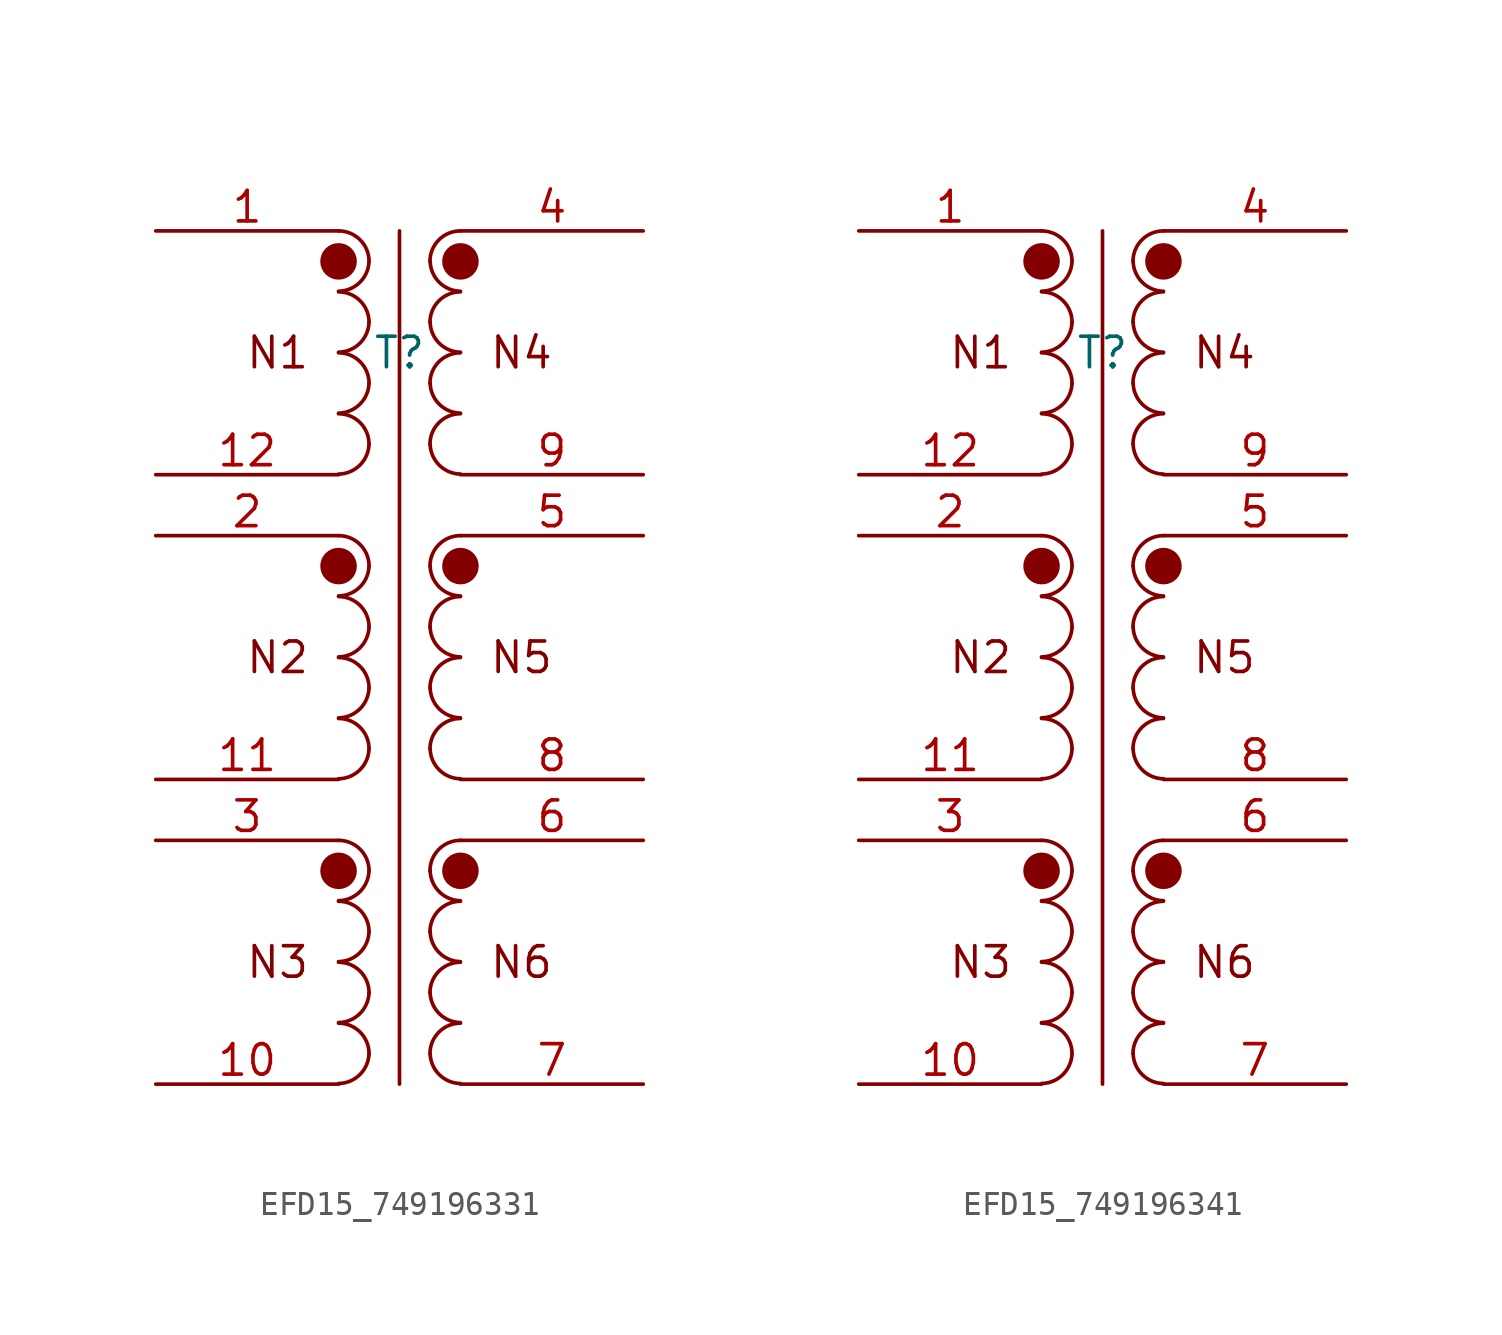
<source format=kicad_sym>
(kicad_symbol_lib
  (version 20220914)
  (generator kicad_symbol_editor)
  (symbol "EFD15_749196331"
    (pin_names hide)
    (property "Reference" "T"
      (at 0 12.7 0)
      (effects (font (size 1.27 1.27))))
    (property "Critical Parameter" ""
      (at 0 -5.08 0)
      (effects (font (size 1.27 1.27)) (justify left)))
    (symbol "EFD15_749196331_0_1"
      (arc (start -2.54 -17.7546) (mid -1.6561 -17.3863) (end -1.27 -16.51) (stroke (width 0) (type default)) (fill (type none)))
      (arc (start -2.54 -15.2146) (mid -1.6561 -14.8463) (end -1.27 -13.97) (stroke (width 0) (type default)) (fill (type none)))
      (arc (start -2.54 -12.6746) (mid -1.6561 -12.3063) (end -1.27 -11.43) (stroke (width 0) (type default)) (fill (type none)))
      (arc (start -2.54 -10.1346) (mid -1.6561 -9.7663) (end -1.27 -8.89) (stroke (width 0) (type default)) (fill (type none)))
      (arc (start -2.54 -5.0546) (mid -1.6561 -4.6863) (end -1.27 -3.81) (stroke (width 0) (type default)) (fill (type none)))
      (arc (start -2.54 -2.5146) (mid -1.6561 -2.1463) (end -1.27 -1.27) (stroke (width 0) (type default)) (fill (type none)))
      (arc (start -2.54 0.0254) (mid -1.6561 0.3937) (end -1.27 1.27) (stroke (width 0) (type default)) (fill (type none)))
      (arc (start -2.54 2.5654) (mid -1.6561 2.9337) (end -1.27 3.81) (stroke (width 0) (type default)) (fill (type none)))
      (arc (start -2.54 7.6454) (mid -1.6561 8.0137) (end -1.27 8.89) (stroke (width 0) (type default)) (fill (type none)))
      (arc (start -2.54 10.1854) (mid -1.6561 10.5537) (end -1.27 11.43) (stroke (width 0) (type default)) (fill (type none)))
      (arc (start -2.54 12.7254) (mid -1.6561 13.0937) (end -1.27 13.97) (stroke (width 0) (type default)) (fill (type none)))
      (arc (start -2.54 15.2654) (mid -1.6561 15.6337) (end -1.27 16.51) (stroke (width 0) (type default)) (fill (type none)))
      (arc (start -1.27 -16.51) (mid -1.642 -15.612) (end -2.54 -15.24) (stroke (width 0) (type default)) (fill (type none)))
      (arc (start -1.27 -13.97) (mid -1.642 -13.072) (end -2.54 -12.7) (stroke (width 0) (type default)) (fill (type none)))
      (arc (start -1.27 -11.43) (mid -1.642 -10.532) (end -2.54 -10.16) (stroke (width 0) (type default)) (fill (type none)))
      (arc (start -1.27 -8.89) (mid -1.642 -7.992) (end -2.54 -7.62) (stroke (width 0) (type default)) (fill (type none)))
      (arc (start -1.27 -3.81) (mid -1.642 -2.912) (end -2.54 -2.54) (stroke (width 0) (type default)) (fill (type none)))
      (arc (start -1.27 -1.27) (mid -1.642 -0.372) (end -2.54 0) (stroke (width 0) (type default)) (fill (type none)))
      (arc (start -1.27 1.27) (mid -1.642 2.168) (end -2.54 2.54) (stroke (width 0) (type default)) (fill (type none)))
      (arc (start -1.27 3.81) (mid -1.642 4.708) (end -2.54 5.08) (stroke (width 0) (type default)) (fill (type none)))
      (arc (start -1.27 8.89) (mid -1.642 9.788) (end -2.54 10.16) (stroke (width 0) (type default)) (fill (type none)))
      (arc (start -1.27 11.43) (mid -1.642 12.328) (end -2.54 12.7) (stroke (width 0) (type default)) (fill (type none)))
      (arc (start -1.27 13.97) (mid -1.642 14.868) (end -2.54 15.24) (stroke (width 0) (type default)) (fill (type none)))
      (arc (start -1.27 16.51) (mid -1.642 17.408) (end -2.54 17.78) (stroke (width 0) (type default)) (fill (type none)))
      (polyline (pts (xy 0 -17.78) (xy 0 17.78)) (stroke (width 0) (type default)) (fill (type none)))
      (arc (start 1.27 -16.51) (mid 1.6561 -17.3863) (end 2.54 -17.7546) (stroke (width 0) (type default)) (fill (type none)))
      (arc (start 1.27 -13.97) (mid 1.6561 -14.8463) (end 2.54 -15.2146) (stroke (width 0) (type default)) (fill (type none)))
      (arc (start 1.27 -11.43) (mid 1.6561 -12.3063) (end 2.54 -12.6746) (stroke (width 0) (type default)) (fill (type none)))
      (arc (start 1.27 -8.89) (mid 1.6561 -9.7663) (end 2.54 -10.1346) (stroke (width 0) (type default)) (fill (type none)))
      (arc (start 1.27 -3.81) (mid 1.6561 -4.6863) (end 2.54 -5.0546) (stroke (width 0) (type default)) (fill (type none)))
      (arc (start 1.27 -1.27) (mid 1.6561 -2.1463) (end 2.54 -2.5146) (stroke (width 0) (type default)) (fill (type none)))
      (arc (start 1.27 1.27) (mid 1.6561 0.3937) (end 2.54 0.0254) (stroke (width 0) (type default)) (fill (type none)))
      (arc (start 1.27 3.81) (mid 1.6561 2.9337) (end 2.54 2.5654) (stroke (width 0) (type default)) (fill (type none)))
      (arc (start 1.27 8.89) (mid 1.6561 8.0137) (end 2.54 7.6454) (stroke (width 0) (type default)) (fill (type none)))
      (arc (start 1.27 11.43) (mid 1.6561 10.5537) (end 2.54 10.1854) (stroke (width 0) (type default)) (fill (type none)))
      (arc (start 1.27 13.97) (mid 1.6561 13.0937) (end 2.54 12.7254) (stroke (width 0) (type default)) (fill (type none)))
      (arc (start 1.27 16.51) (mid 1.6561 15.6337) (end 2.54 15.2654) (stroke (width 0) (type default)) (fill (type none)))
      (arc (start 2.54 -15.24) (mid 1.642 -15.612) (end 1.27 -16.51) (stroke (width 0) (type default)) (fill (type none)))
      (arc (start 2.54 -12.7) (mid 1.642 -13.072) (end 1.27 -13.97) (stroke (width 0) (type default)) (fill (type none)))
      (arc (start 2.54 -10.16) (mid 1.642 -10.532) (end 1.27 -11.43) (stroke (width 0) (type default)) (fill (type none)))
      (arc (start 2.54 -7.62) (mid 1.642 -7.992) (end 1.27 -8.89) (stroke (width 0) (type default)) (fill (type none)))
      (arc (start 2.54 -2.54) (mid 1.642 -2.912) (end 1.27 -3.81) (stroke (width 0) (type default)) (fill (type none)))
      (arc (start 2.54 0) (mid 1.642 -0.372) (end 1.27 -1.27) (stroke (width 0) (type default)) (fill (type none)))
      (arc (start 2.54 2.54) (mid 1.642 2.168) (end 1.27 1.27) (stroke (width 0) (type default)) (fill (type none)))
      (arc (start 2.54 5.08) (mid 1.642 4.708) (end 1.27 3.81) (stroke (width 0) (type default)) (fill (type none)))
      (arc (start 2.54 10.16) (mid 1.642 9.788) (end 1.27 8.89) (stroke (width 0) (type default)) (fill (type none)))
      (arc (start 2.54 12.7) (mid 1.642 12.328) (end 1.27 11.43) (stroke (width 0) (type default)) (fill (type none)))
      (arc (start 2.54 15.24) (mid 1.642 14.868) (end 1.27 13.97) (stroke (width 0) (type default)) (fill (type none)))
      (arc (start 2.54 17.78) (mid 1.642 17.408) (end 1.27 16.51) (stroke (width 0) (type default)) (fill (type none))))
    (symbol "EFD15_749196331_1_1"
      (circle (center -2.54 -8.89) (radius 0.0001) (stroke (width 0.762) (type default)) (fill (type none)))
      (circle (center -2.54 3.81) (radius 0.0001) (stroke (width 0.762) (type default)) (fill (type none)))
      (circle (center -2.54 16.51) (radius 0.0001) (stroke (width 0.762) (type default)) (fill (type none)))
      (circle (center 2.54 -8.89) (radius 0.0001) (stroke (width 0.762) (type default)) (fill (type none)))
      (circle (center 2.54 3.81) (radius 0.0001) (stroke (width 0.762) (type default)) (fill (type none)))
      (circle (center 2.54 16.51) (radius 0.0001) (stroke (width 0.762) (type default)) (fill (type none)))
      (text "N1" (at -5.08 12.7 0) (effects (font (size 1.27 1.27))))
      (text "N2" (at -5.08 0 0) (effects (font (size 1.27 1.27))))
      (text "N3" (at -5.08 -12.7 0) (effects (font (size 1.27 1.27))))
      (text "N4" (at 5.08 12.7 0) (effects (font (size 1.27 1.27))))
      (text "N5" (at 5.08 0 0) (effects (font (size 1.27 1.27))))
      (text "N6" (at 5.08 -12.7 0) (effects (font (size 1.27 1.27))))
      (pin passive line (at -10.16 17.78 0) (length 7.62) (name "1" (effects (font (size 1.27 1.27)))) (number "1" (effects (font (size 1.27 1.27)))))
      (pin passive line (at -10.16 7.62 0) (length 7.62) (name "12" (effects (font (size 1.27 1.27)))) (number "12" (effects (font (size 1.27 1.27)))))
      (pin passive line (at -10.16 5.08 0) (length 7.62) (name "2" (effects (font (size 1.27 1.27)))) (number "2" (effects (font (size 1.27 1.27)))))
      (pin passive line (at -10.16 -5.08 0) (length 7.62) (name "11" (effects (font (size 1.27 1.27)))) (number "11" (effects (font (size 1.27 1.27)))))
      (pin passive line (at -10.16 -7.62 0) (length 7.62) (name "3" (effects (font (size 1.27 1.27)))) (number "3" (effects (font (size 1.27 1.27)))))
      (pin passive line (at -10.16 -17.78 0) (length 7.62) (name "10" (effects (font (size 1.27 1.27)))) (number "10" (effects (font (size 1.27 1.27)))))
      (pin passive line (at 10.16 -17.78 180) (length 7.62) (name "7" (effects (font (size 1.27 1.27)))) (number "7" (effects (font (size 1.27 1.27)))))
      (pin passive line (at 10.16 -7.62 180) (length 7.62) (name "6" (effects (font (size 1.27 1.27)))) (number "6" (effects (font (size 1.27 1.27)))))
      (pin passive line (at 10.16 -5.08 180) (length 7.62) (name "8" (effects (font (size 1.27 1.27)))) (number "8" (effects (font (size 1.27 1.27)))))
      (pin passive line (at 10.16 5.08 180) (length 7.62) (name "5" (effects (font (size 1.27 1.27)))) (number "5" (effects (font (size 1.27 1.27)))))
      (pin passive line (at 10.16 7.62 180) (length 7.62) (name "9" (effects (font (size 1.27 1.27)))) (number "9" (effects (font (size 1.27 1.27)))))
      (pin passive line (at 10.16 17.78 180) (length 7.62) (name "4" (effects (font (size 1.27 1.27)))) (number "4" (effects (font (size 1.27 1.27)))))))
  (symbol "EFD15_749196341"
    (pin_names hide)
    (property "Reference" "T"
      (at 0 12.7 0)
      (effects (font (size 1.27 1.27))))
    (property "Critical Parameter" ""
      (at 0 -5.08 0)
      (effects (font (size 1.27 1.27)) (justify left)))
    (symbol "EFD15_749196341_0_1"
      (arc (start -2.54 -17.7546) (mid -1.6561 -17.3863) (end -1.27 -16.51) (stroke (width 0) (type default)) (fill (type none)))
      (arc (start -2.54 -15.2146) (mid -1.6561 -14.8463) (end -1.27 -13.97) (stroke (width 0) (type default)) (fill (type none)))
      (arc (start -2.54 -12.6746) (mid -1.6561 -12.3063) (end -1.27 -11.43) (stroke (width 0) (type default)) (fill (type none)))
      (arc (start -2.54 -10.1346) (mid -1.6561 -9.7663) (end -1.27 -8.89) (stroke (width 0) (type default)) (fill (type none)))
      (arc (start -2.54 -5.0546) (mid -1.6561 -4.6863) (end -1.27 -3.81) (stroke (width 0) (type default)) (fill (type none)))
      (arc (start -2.54 -2.5146) (mid -1.6561 -2.1463) (end -1.27 -1.27) (stroke (width 0) (type default)) (fill (type none)))
      (arc (start -2.54 0.0254) (mid -1.6561 0.3937) (end -1.27 1.27) (stroke (width 0) (type default)) (fill (type none)))
      (arc (start -2.54 2.5654) (mid -1.6561 2.9337) (end -1.27 3.81) (stroke (width 0) (type default)) (fill (type none)))
      (arc (start -2.54 7.6454) (mid -1.6561 8.0137) (end -1.27 8.89) (stroke (width 0) (type default)) (fill (type none)))
      (arc (start -2.54 10.1854) (mid -1.6561 10.5537) (end -1.27 11.43) (stroke (width 0) (type default)) (fill (type none)))
      (arc (start -2.54 12.7254) (mid -1.6561 13.0937) (end -1.27 13.97) (stroke (width 0) (type default)) (fill (type none)))
      (arc (start -2.54 15.2654) (mid -1.6561 15.6337) (end -1.27 16.51) (stroke (width 0) (type default)) (fill (type none)))
      (arc (start -1.27 -16.51) (mid -1.642 -15.612) (end -2.54 -15.24) (stroke (width 0) (type default)) (fill (type none)))
      (arc (start -1.27 -13.97) (mid -1.642 -13.072) (end -2.54 -12.7) (stroke (width 0) (type default)) (fill (type none)))
      (arc (start -1.27 -11.43) (mid -1.642 -10.532) (end -2.54 -10.16) (stroke (width 0) (type default)) (fill (type none)))
      (arc (start -1.27 -8.89) (mid -1.642 -7.992) (end -2.54 -7.62) (stroke (width 0) (type default)) (fill (type none)))
      (arc (start -1.27 -3.81) (mid -1.642 -2.912) (end -2.54 -2.54) (stroke (width 0) (type default)) (fill (type none)))
      (arc (start -1.27 -1.27) (mid -1.642 -0.372) (end -2.54 0) (stroke (width 0) (type default)) (fill (type none)))
      (arc (start -1.27 1.27) (mid -1.642 2.168) (end -2.54 2.54) (stroke (width 0) (type default)) (fill (type none)))
      (arc (start -1.27 3.81) (mid -1.642 4.708) (end -2.54 5.08) (stroke (width 0) (type default)) (fill (type none)))
      (arc (start -1.27 8.89) (mid -1.642 9.788) (end -2.54 10.16) (stroke (width 0) (type default)) (fill (type none)))
      (arc (start -1.27 11.43) (mid -1.642 12.328) (end -2.54 12.7) (stroke (width 0) (type default)) (fill (type none)))
      (arc (start -1.27 13.97) (mid -1.642 14.868) (end -2.54 15.24) (stroke (width 0) (type default)) (fill (type none)))
      (arc (start -1.27 16.51) (mid -1.642 17.408) (end -2.54 17.78) (stroke (width 0) (type default)) (fill (type none)))
      (polyline (pts (xy 0 -17.78) (xy 0 17.78)) (stroke (width 0) (type default)) (fill (type none)))
      (arc (start 1.27 -16.51) (mid 1.6561 -17.3863) (end 2.54 -17.7546) (stroke (width 0) (type default)) (fill (type none)))
      (arc (start 1.27 -13.97) (mid 1.6561 -14.8463) (end 2.54 -15.2146) (stroke (width 0) (type default)) (fill (type none)))
      (arc (start 1.27 -11.43) (mid 1.6561 -12.3063) (end 2.54 -12.6746) (stroke (width 0) (type default)) (fill (type none)))
      (arc (start 1.27 -8.89) (mid 1.6561 -9.7663) (end 2.54 -10.1346) (stroke (width 0) (type default)) (fill (type none)))
      (arc (start 1.27 -3.81) (mid 1.6561 -4.6863) (end 2.54 -5.0546) (stroke (width 0) (type default)) (fill (type none)))
      (arc (start 1.27 -1.27) (mid 1.6561 -2.1463) (end 2.54 -2.5146) (stroke (width 0) (type default)) (fill (type none)))
      (arc (start 1.27 1.27) (mid 1.6561 0.3937) (end 2.54 0.0254) (stroke (width 0) (type default)) (fill (type none)))
      (arc (start 1.27 3.81) (mid 1.6561 2.9337) (end 2.54 2.5654) (stroke (width 0) (type default)) (fill (type none)))
      (arc (start 1.27 8.89) (mid 1.6561 8.0137) (end 2.54 7.6454) (stroke (width 0) (type default)) (fill (type none)))
      (arc (start 1.27 11.43) (mid 1.6561 10.5537) (end 2.54 10.1854) (stroke (width 0) (type default)) (fill (type none)))
      (arc (start 1.27 13.97) (mid 1.6561 13.0937) (end 2.54 12.7254) (stroke (width 0) (type default)) (fill (type none)))
      (arc (start 1.27 16.51) (mid 1.6561 15.6337) (end 2.54 15.2654) (stroke (width 0) (type default)) (fill (type none)))
      (arc (start 2.54 -15.24) (mid 1.642 -15.612) (end 1.27 -16.51) (stroke (width 0) (type default)) (fill (type none)))
      (arc (start 2.54 -12.7) (mid 1.642 -13.072) (end 1.27 -13.97) (stroke (width 0) (type default)) (fill (type none)))
      (arc (start 2.54 -10.16) (mid 1.642 -10.532) (end 1.27 -11.43) (stroke (width 0) (type default)) (fill (type none)))
      (arc (start 2.54 -7.62) (mid 1.642 -7.992) (end 1.27 -8.89) (stroke (width 0) (type default)) (fill (type none)))
      (arc (start 2.54 -2.54) (mid 1.642 -2.912) (end 1.27 -3.81) (stroke (width 0) (type default)) (fill (type none)))
      (arc (start 2.54 0) (mid 1.642 -0.372) (end 1.27 -1.27) (stroke (width 0) (type default)) (fill (type none)))
      (arc (start 2.54 2.54) (mid 1.642 2.168) (end 1.27 1.27) (stroke (width 0) (type default)) (fill (type none)))
      (arc (start 2.54 5.08) (mid 1.642 4.708) (end 1.27 3.81) (stroke (width 0) (type default)) (fill (type none)))
      (arc (start 2.54 10.16) (mid 1.642 9.788) (end 1.27 8.89) (stroke (width 0) (type default)) (fill (type none)))
      (arc (start 2.54 12.7) (mid 1.642 12.328) (end 1.27 11.43) (stroke (width 0) (type default)) (fill (type none)))
      (arc (start 2.54 15.24) (mid 1.642 14.868) (end 1.27 13.97) (stroke (width 0) (type default)) (fill (type none)))
      (arc (start 2.54 17.78) (mid 1.642 17.408) (end 1.27 16.51) (stroke (width 0) (type default)) (fill (type none))))
    (symbol "EFD15_749196341_1_1"
      (circle (center -2.54 -8.89) (radius 0.0001) (stroke (width 0.762) (type default)) (fill (type none)))
      (circle (center -2.54 3.81) (radius 0.0001) (stroke (width 0.762) (type default)) (fill (type none)))
      (circle (center -2.54 16.51) (radius 0.0001) (stroke (width 0.762) (type default)) (fill (type none)))
      (circle (center 2.54 -8.89) (radius 0.0001) (stroke (width 0.762) (type default)) (fill (type none)))
      (circle (center 2.54 3.81) (radius 0.0001) (stroke (width 0.762) (type default)) (fill (type none)))
      (circle (center 2.54 16.51) (radius 0.0001) (stroke (width 0.762) (type default)) (fill (type none)))
      (text "N1" (at -5.08 12.7 0) (effects (font (size 1.27 1.27))))
      (text "N2" (at -5.08 0 0) (effects (font (size 1.27 1.27))))
      (text "N3" (at -5.08 -12.7 0) (effects (font (size 1.27 1.27))))
      (text "N4" (at 5.08 12.7 0) (effects (font (size 1.27 1.27))))
      (text "N5" (at 5.08 0 0) (effects (font (size 1.27 1.27))))
      (text "N6" (at 5.08 -12.7 0) (effects (font (size 1.27 1.27))))
      (pin passive line (at -10.16 17.78 0) (length 7.62) (name "1" (effects (font (size 1.27 1.27)))) (number "1" (effects (font (size 1.27 1.27)))))
      (pin passive line (at -10.16 7.62 0) (length 7.62) (name "12" (effects (font (size 1.27 1.27)))) (number "12" (effects (font (size 1.27 1.27)))))
      (pin passive line (at -10.16 5.08 0) (length 7.62) (name "2" (effects (font (size 1.27 1.27)))) (number "2" (effects (font (size 1.27 1.27)))))
      (pin passive line (at -10.16 -5.08 0) (length 7.62) (name "11" (effects (font (size 1.27 1.27)))) (number "11" (effects (font (size 1.27 1.27)))))
      (pin passive line (at -10.16 -7.62 0) (length 7.62) (name "3" (effects (font (size 1.27 1.27)))) (number "3" (effects (font (size 1.27 1.27)))))
      (pin passive line (at -10.16 -17.78 0) (length 7.62) (name "10" (effects (font (size 1.27 1.27)))) (number "10" (effects (font (size 1.27 1.27)))))
      (pin passive line (at 10.16 -17.78 180) (length 7.62) (name "7" (effects (font (size 1.27 1.27)))) (number "7" (effects (font (size 1.27 1.27)))))
      (pin passive line (at 10.16 -7.62 180) (length 7.62) (name "6" (effects (font (size 1.27 1.27)))) (number "6" (effects (font (size 1.27 1.27)))))
      (pin passive line (at 10.16 -5.08 180) (length 7.62) (name "8" (effects (font (size 1.27 1.27)))) (number "8" (effects (font (size 1.27 1.27)))))
      (pin passive line (at 10.16 5.08 180) (length 7.62) (name "5" (effects (font (size 1.27 1.27)))) (number "5" (effects (font (size 1.27 1.27)))))
      (pin passive line (at 10.16 7.62 180) (length 7.62) (name "9" (effects (font (size 1.27 1.27)))) (number "9" (effects (font (size 1.27 1.27)))))
      (pin passive line (at 10.16 17.78 180) (length 7.62) (name "4" (effects (font (size 1.27 1.27)))) (number "4" (effects (font (size 1.27 1.27))))))))
</source>
